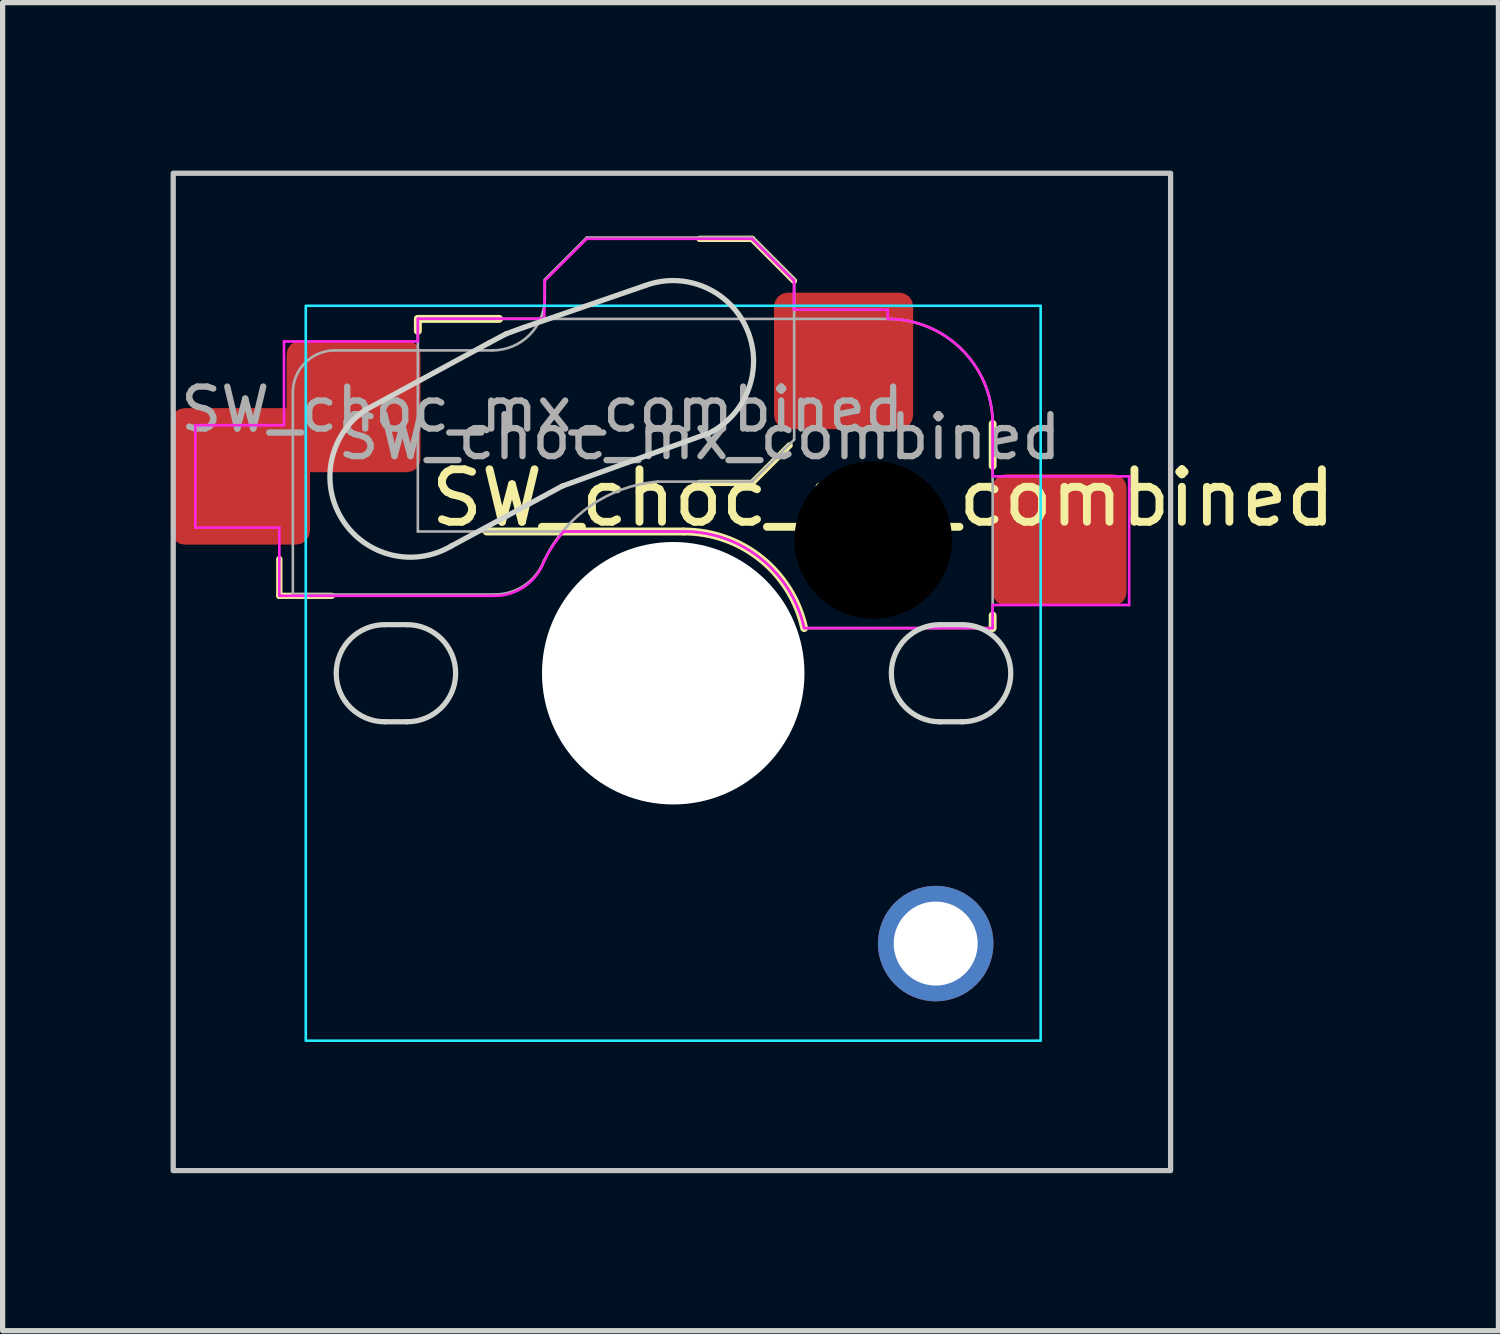
<source format=kicad_pcb>
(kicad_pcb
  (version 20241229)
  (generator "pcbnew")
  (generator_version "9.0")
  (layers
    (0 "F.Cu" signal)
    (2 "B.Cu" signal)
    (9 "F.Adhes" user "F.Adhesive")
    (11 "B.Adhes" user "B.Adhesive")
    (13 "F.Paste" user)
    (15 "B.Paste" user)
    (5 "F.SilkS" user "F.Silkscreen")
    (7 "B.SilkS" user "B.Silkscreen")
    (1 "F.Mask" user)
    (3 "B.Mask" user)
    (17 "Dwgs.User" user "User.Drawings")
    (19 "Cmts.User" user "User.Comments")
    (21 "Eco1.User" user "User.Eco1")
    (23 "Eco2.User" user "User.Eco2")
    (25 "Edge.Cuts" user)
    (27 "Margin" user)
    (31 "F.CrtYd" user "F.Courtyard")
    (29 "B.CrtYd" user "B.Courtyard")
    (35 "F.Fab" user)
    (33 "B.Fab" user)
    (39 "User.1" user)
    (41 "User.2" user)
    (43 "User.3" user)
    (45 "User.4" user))
  (footprint "SW_choc_mx_combined"
    (layer "F.Cu")
    (at 0.25 0.25)
    (property "Reference" "SW_choc_mx_combined" (at 13.525 6.185 0) (layer "F.SilkS") (effects (font (size 1 1) (thickness 0.15))))
    (attr smd)
    (fp_line (start 2.021 8.05) (end 2.021 7.35) (stroke (width 0.12) (type solid)) (layer "F.SilkS"))
    (fp_line (start 2.021 8.05) (end 3.021 8.05) (stroke (width 0.12) (type solid)) (layer "F.SilkS"))
    (fp_line (start 4.66 2.775) (end 4.66 3.005) (stroke (width 0.15) (type solid)) (layer "F.SilkS"))
    (fp_line (start 5.97 6.825) (end 9.725 6.825) (stroke (width 0.15) (type solid)) (layer "F.SilkS"))
    (fp_line (start 6.21 2.775) (end 4.66 2.775) (stroke (width 0.15) (type solid)) (layer "F.SilkS"))
    (fp_line (start 11.025 1.25) (end 10.025 1.25) (stroke (width 0.12) (type solid)) (layer "F.SilkS"))
    (fp_line (start 11.025 5.9) (end 10.025 5.9) (stroke (width 0.12) (type solid)) (layer "F.SilkS"))
    (fp_line (start 11.025 5.9) (end 11.743 5.182) (stroke (width 0.12) (type solid)) (layer "F.SilkS"))
    (fp_line (start 11.825 2.05) (end 11.025 1.25) (stroke (width 0.12) (type solid)) (layer "F.SilkS"))
    (fp_line (start 15.61 5.575) (end 15.61 4.775) (stroke (width 0.15) (type solid)) (layer "F.SilkS"))
    (fp_line (start 15.61 8.425) (end 15.61 8.665) (stroke (width 0.15) (type solid)) (layer "F.SilkS"))
    (fp_arc (start 9.725 6.82478) (mid 11.195693 7.341362) (end 12.019322 8.66478) (stroke (width 0.15) (type solid)) (layer "F.SilkS"))
    (fp_rect (start 0 0) (end 19 19) (stroke (width 0.1) (type default)) (fill no) (layer "Dwgs.User"))
    (fp_line (start 2.525 3.025) (end 2.525 16.025) (stroke (width 0.05) (type solid)) (layer "Eco2.User"))
    (fp_line (start 2.575 15.975) (end 2.575 3.075) (stroke (width 0.05) (type solid)) (layer "Eco2.User"))
    (fp_line (start 3.025 16.525) (end 16.025 16.525) (stroke (width 0.05) (type solid)) (layer "Eco2.User"))
    (fp_line (start 3.075 2.575) (end 15.975 2.575) (stroke (width 0.05) (type solid)) (layer "Eco2.User"))
    (fp_line (start 15.975 16.475) (end 3.075 16.475) (stroke (width 0.05) (type solid)) (layer "Eco2.User"))
    (fp_line (start 16.025 2.525) (end 3.025 2.525) (stroke (width 0.05) (type solid)) (layer "Eco2.User"))
    (fp_line (start 16.475 3.075) (end 16.475 15.975) (stroke (width 0.05) (type solid)) (layer "Eco2.User"))
    (fp_line (start 16.525 16.025) (end 16.525 3.025) (stroke (width 0.05) (type solid)) (layer "Eco2.User"))
    (fp_arc (start 2.525 3.025) (mid 2.671447 2.671447) (end 3.025 2.525) (stroke (width 0.05) (type solid)) (layer "Eco2.User"))
    (fp_arc (start 2.575 3.075) (mid 2.721447 2.721447) (end 3.075 2.575) (stroke (width 0.05) (type solid)) (layer "Eco2.User"))
    (fp_arc (start 2.575 3.075) (mid 2.721447 2.721447) (end 3.075 2.575) (stroke (width 0.05) (type solid)) (layer "Eco2.User"))
    (fp_arc (start 3.027764 16.523884) (mid 2.674213 16.377436) (end 2.527764 16.023884) (stroke (width 0.05) (type solid)) (layer "Eco2.User"))
    (fp_arc (start 3.075 16.475) (mid 2.721447 16.328553) (end 2.575 15.975) (stroke (width 0.05) (type solid)) (layer "Eco2.User"))
    (fp_arc (start 15.975 2.575) (mid 16.328553 2.721447) (end 16.475 3.075) (stroke (width 0.05) (type solid)) (layer "Eco2.User"))
    (fp_arc (start 16.025 2.525) (mid 16.378553 2.671447) (end 16.525 3.025) (stroke (width 0.05) (type solid)) (layer "Eco2.User"))
    (fp_arc (start 16.475 15.975) (mid 16.328553 16.328553) (end 15.975 16.475) (stroke (width 0.05) (type solid)) (layer "Eco2.User"))
    (fp_arc (start 16.525 16.025) (mid 16.378553 16.378553) (end 16.025 16.525) (stroke (width 0.05) (type solid)) (layer "Eco2.User"))
    (fp_line (start 3.672 4.503) (end 6.02 3.23) (stroke (width 0.1) (type default)) (layer "Edge.Cuts"))
    (fp_line (start 4.03 8.6) (end 4.455 8.6) (stroke (width 0.1) (type default)) (layer "Edge.Cuts"))
    (fp_line (start 4.455 10.45) (end 4.03 10.45) (stroke (width 0.1) (type default)) (layer "Edge.Cuts"))
    (fp_line (start 5.3 7.1) (end 7.41 5.96) (stroke (width 0.1) (type default)) (layer "Edge.Cuts"))
    (fp_line (start 6.34 3.06) (end 6.02 3.23) (stroke (width 0.1) (type default)) (layer "Edge.Cuts"))
    (fp_line (start 6.67 2.94) (end 6.34 3.06) (stroke (width 0.1) (type default)) (layer "Edge.Cuts"))
    (fp_line (start 6.67 2.94) (end 8.99 2.14) (stroke (width 0.1) (type default)) (layer "Edge.Cuts"))
    (fp_line (start 7.41 5.96) (end 10.18 4.96) (stroke (width 0.1) (type default)) (layer "Edge.Cuts"))
    (fp_line (start 14.605 8.6) (end 15.03 8.6) (stroke (width 0.1) (type default)) (layer "Edge.Cuts"))
    (fp_line (start 15.03 10.45) (end 14.605 10.45) (stroke (width 0.1) (type default)) (layer "Edge.Cuts"))
    (fp_arc (start 4.03 10.45) (mid 3.105 9.525) (end 4.03 8.6) (stroke (width 0.1) (type default)) (layer "Edge.Cuts"))
    (fp_arc (start 4.455 8.6) (mid 5.38 9.525) (end 4.455 10.45) (stroke (width 0.1) (type default)) (layer "Edge.Cuts"))
    (fp_arc (start 5.3 7.099999) (mid 3.220924 6.59437) (end 3.67182 4.502742) (stroke (width 0.1) (type default)) (layer "Edge.Cuts"))
    (fp_arc (start 8.99 2.14) (mid 10.933677 2.983328) (end 10.182043 4.964269) (stroke (width 0.1) (type default)) (layer "Edge.Cuts"))
    (fp_arc (start 14.605 10.45) (mid 13.68 9.525) (end 14.605 8.6) (stroke (width 0.1) (type default)) (layer "Edge.Cuts"))
    (fp_arc (start 15.03 8.6) (mid 15.955 9.525) (end 15.03 10.45) (stroke (width 0.1) (type default)) (layer "Edge.Cuts"))
    (fp_rect (start 16.525 16.525) (end 2.525 2.525) (stroke (width 0.05) (type default)) (fill no) (layer "B.CrtYd"))
    (fp_line (start 0.421 4.8) (end 0.421 6.75) (stroke (width 0.05) (type solid)) (layer "F.CrtYd"))
    (fp_line (start 0.421 6.75) (end 2.021 6.75) (stroke (width 0.05) (type solid)) (layer "F.CrtYd"))
    (fp_line (start 2.021 7.35) (end 2.021 6.75) (stroke (width 0.05) (type solid)) (layer "F.CrtYd"))
    (fp_line (start 2.021 8.05) (end 2.021 7.35) (stroke (width 0.05) (type solid)) (layer "F.CrtYd"))
    (fp_line (start 2.021 8.05) (end 6.125 8.05) (stroke (width 0.05) (type solid)) (layer "F.CrtYd"))
    (fp_line (start 2.11 4.8) (end 0.421 4.8) (stroke (width 0.05) (type solid)) (layer "F.CrtYd"))
    (fp_line (start 2.11 3.205) (end 4.66 3.205) (stroke (width 0.05) (type solid)) (layer "F.CrtYd"))
    (fp_line (start 2.11 4.8) (end 2.11 3.205) (stroke (width 0.05) (type solid)) (layer "F.CrtYd"))
    (fp_line (start 4.66 2.775) (end 4.66 3.205) (stroke (width 0.05) (type solid)) (layer "F.CrtYd"))
    (fp_line (start 7.07 2.77) (end 4.66 2.77) (stroke (width 0.05) (type solid)) (layer "F.CrtYd"))
    (fp_line (start 7.075 2.05) (end 7.07 2.77) (stroke (width 0.05) (type solid)) (layer "F.CrtYd"))
    (fp_line (start 7.075 2.05) (end 7.875 1.25) (stroke (width 0.05) (type solid)) (layer "F.CrtYd"))
    (fp_line (start 7.44 6.825) (end 9.725 6.825) (stroke (width 0.05) (type solid)) (layer "F.CrtYd"))
    (fp_line (start 11.025 1.25) (end 7.875 1.25) (stroke (width 0.05) (type solid)) (layer "F.CrtYd"))
    (fp_line (start 11.825 2.05) (end 11.025 1.25) (stroke (width 0.05) (type solid)) (layer "F.CrtYd"))
    (fp_line (start 11.825 2.05) (end 11.825 2.6) (stroke (width 0.05) (type solid)) (layer "F.CrtYd"))
    (fp_line (start 13.61 2.6) (end 11.825 2.6) (stroke (width 0.05) (type solid)) (layer "F.CrtYd"))
    (fp_line (start 13.61 2.775) (end 13.61 2.6) (stroke (width 0.05) (type solid)) (layer "F.CrtYd"))
    (fp_line (start 15.61 5.775) (end 15.61 4.775) (stroke (width 0.05) (type solid)) (layer "F.CrtYd"))
    (fp_line (start 15.61 5.775) (end 18.21 5.775) (stroke (width 0.05) (type solid)) (layer "F.CrtYd"))
    (fp_line (start 15.61 8.225) (end 15.61 8.665) (stroke (width 0.05) (type solid)) (layer "F.CrtYd"))
    (fp_line (start 15.61 8.665) (end 12.019 8.665) (stroke (width 0.05) (type solid)) (layer "F.CrtYd"))
    (fp_line (start 18.21 5.775) (end 18.21 8.225) (stroke (width 0.05) (type solid)) (layer "F.CrtYd"))
    (fp_line (start 18.21 8.225) (end 15.61 8.225) (stroke (width 0.05) (type solid)) (layer "F.CrtYd"))
    (fp_arc (start 7.064693 7.39202) (mid 6.698577 7.869152) (end 6.125 8.05) (stroke (width 0.05) (type solid)) (layer "F.CrtYd"))
    (fp_arc (start 7.064693 7.39202) (mid 7.232493 7.095264) (end 7.44 6.82478) (stroke (width 0.05) (type solid)) (layer "F.CrtYd"))
    (fp_arc (start 9.725 6.82478) (mid 11.195505 7.3416) (end 12.019322 8.66478) (stroke (width 0.05) (type solid)) (layer "F.CrtYd"))
    (fp_arc (start 13.610176 2.77478) (mid 15.024407 3.36055) (end 15.610176 4.77478) (stroke (width 0.05) (type solid)) (layer "F.CrtYd"))
    (fp_line (start 2.279 4.175) (end 2.279 8.025) (stroke (width 0.05) (type solid)) (layer "F.Fab"))
    (fp_line (start 2.279 8.025) (end 6.129 8.025) (stroke (width 0.05) (type solid)) (layer "F.Fab"))
    (fp_line (start 4.66 2.775) (end 4.66 6.825) (stroke (width 0.05) (type solid)) (layer "F.Fab"))
    (fp_line (start 4.66 6.825) (end 9.725 6.825) (stroke (width 0.05) (type solid)) (layer "F.Fab"))
    (fp_line (start 6.079 3.375) (end 3.079 3.375) (stroke (width 0.05) (type solid)) (layer "F.Fab"))
    (fp_line (start 7.079 2.025) (end 7.079 2.375) (stroke (width 0.05) (type solid)) (layer "F.Fab"))
    (fp_line (start 7.079 2.025) (end 7.879 1.225) (stroke (width 0.05) (type solid)) (layer "F.Fab"))
    (fp_line (start 11.029 1.225) (end 7.879 1.225) (stroke (width 0.05) (type solid)) (layer "F.Fab"))
    (fp_line (start 11.029 5.875) (end 9.229 5.875) (stroke (width 0.05) (type solid)) (layer "F.Fab"))
    (fp_line (start 11.029 5.875) (end 11.829 5.075) (stroke (width 0.05) (type solid)) (layer "F.Fab"))
    (fp_line (start 11.829 2.025) (end 11.029 1.225) (stroke (width 0.05) (type solid)) (layer "F.Fab"))
    (fp_line (start 11.829 2.025) (end 11.829 5.075) (stroke (width 0.05) (type solid)) (layer "F.Fab"))
    (fp_line (start 13.61 2.775) (end 4.66 2.775) (stroke (width 0.05) (type solid)) (layer "F.Fab"))
    (fp_line (start 15.61 8.665) (end 12.019 8.665) (stroke (width 0.05) (type solid)) (layer "F.Fab"))
    (fp_line (start 15.61 8.665) (end 15.61 4.775) (stroke (width 0.05) (type solid)) (layer "F.Fab"))
    (fp_arc (start 2.279 4.175) (mid 2.513315 3.609315) (end 3.079 3.375) (stroke (width 0.05) (type solid)) (layer "F.Fab"))
    (fp_arc (start 7.068693 7.36702) (mid 6.702577 7.844152) (end 6.129 8.025) (stroke (width 0.05) (type solid)) (layer "F.Fab"))
    (fp_arc (start 7.073556 7.36707) (mid 7.951729 6.332766) (end 9.229001 5.875001) (stroke (width 0.05) (type solid)) (layer "F.Fab"))
    (fp_arc (start 7.079 2.375) (mid 6.786107 3.082107) (end 6.079 3.375) (stroke (width 0.05) (type solid)) (layer "F.Fab"))
    (fp_arc (start 9.725 6.82478) (mid 11.195505 7.3416) (end 12.019322 8.66478) (stroke (width 0.05) (type solid)) (layer "F.Fab"))
    (fp_arc (start 13.610176 2.77478) (mid 15.024407 3.36055) (end 15.610176 4.77478) (stroke (width 0.05) (type solid)) (layer "F.Fab"))
    (fp_text user "${REFERENCE}" (at 10.025 5.025 0) (layer "F.Fab") (effects (font (size 0.8 0.8) (thickness 0.12))))
    (fp_text user "${REFERENCE}" (at 7.029 4.5 0) (layer "F.Fab") (effects (font (size 0.8 0.8) (thickness 0.12))))
    (pad "" np_thru_hole circle (at 9.525 9.525 180) (size 5 5) (drill 5) (layers "*.Cu" "*.Mask"))
    (pad "" np_thru_hole circle (at 13.335 6.985) (size 3.3 3.3) (drill 3) (layers "*.Mask"))
    (pad "1" smd roundrect (at 1.28 5.775) (size 2.65 2.6) (layers "F.Cu" "F.Mask" "F.Paste") (roundrect_rratio 0.1))
    (pad "1" smd roundrect (at 3.435 4.445) (size 2.55 2.5) (layers "F.Cu" "F.Mask" "F.Paste") (roundrect_rratio 0.1))
    (pad "1" thru_hole circle (at 14.525 14.675 180) (size 2.2 2.2) (drill 1.6) (layers "*.Cu" "F.Mask"))
    (pad "2" smd roundrect (at 12.77 3.575) (size 2.65 2.6) (layers "F.Cu" "F.Mask" "F.Paste") (roundrect_rratio 0.1))
    (pad "2" smd roundrect (at 16.885 6.985) (size 2.55 2.5) (layers "F.Cu" "F.Mask" "F.Paste") (roundrect_rratio 0.1)))
  (gr_rect
    (start -3 -3)
    (end 25.495 22.3)
    (stroke (width 0.1) (type default))
    (fill no)
    (layer "Edge.Cuts")))
</source>
